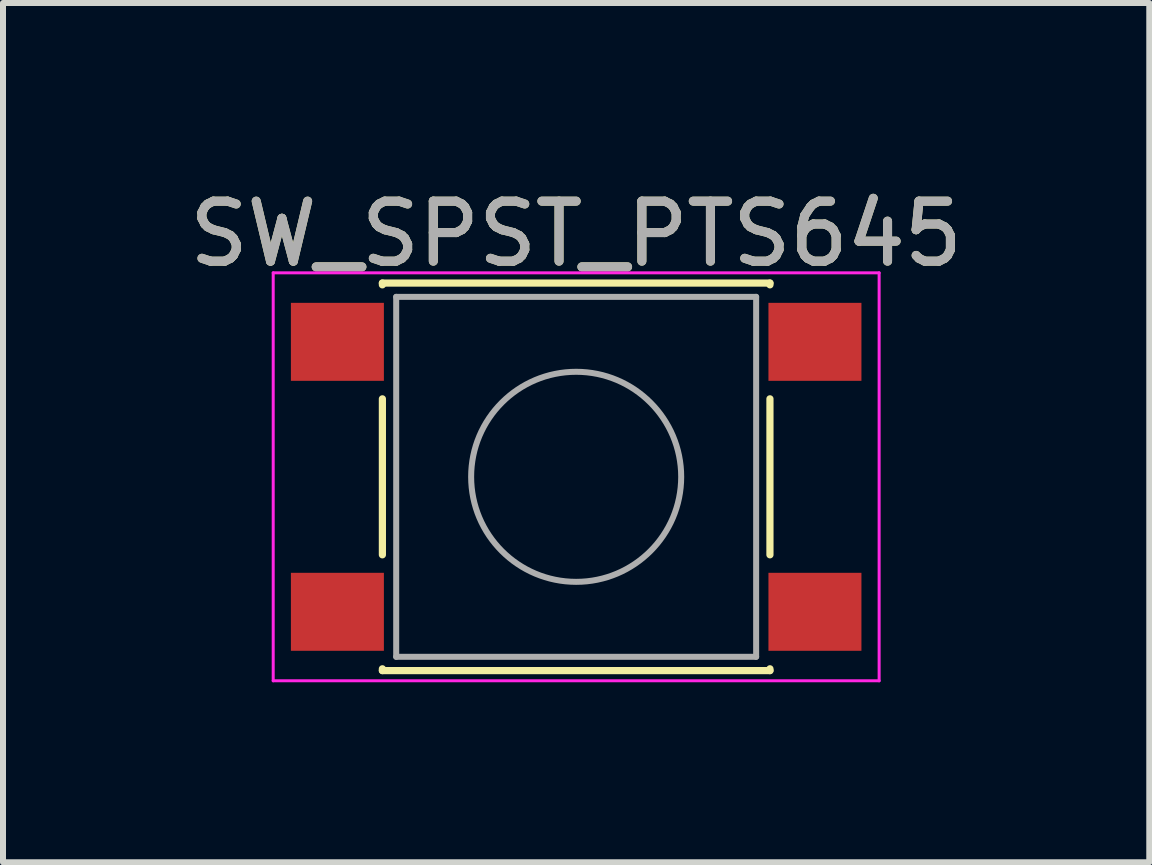
<source format=kicad_pcb>
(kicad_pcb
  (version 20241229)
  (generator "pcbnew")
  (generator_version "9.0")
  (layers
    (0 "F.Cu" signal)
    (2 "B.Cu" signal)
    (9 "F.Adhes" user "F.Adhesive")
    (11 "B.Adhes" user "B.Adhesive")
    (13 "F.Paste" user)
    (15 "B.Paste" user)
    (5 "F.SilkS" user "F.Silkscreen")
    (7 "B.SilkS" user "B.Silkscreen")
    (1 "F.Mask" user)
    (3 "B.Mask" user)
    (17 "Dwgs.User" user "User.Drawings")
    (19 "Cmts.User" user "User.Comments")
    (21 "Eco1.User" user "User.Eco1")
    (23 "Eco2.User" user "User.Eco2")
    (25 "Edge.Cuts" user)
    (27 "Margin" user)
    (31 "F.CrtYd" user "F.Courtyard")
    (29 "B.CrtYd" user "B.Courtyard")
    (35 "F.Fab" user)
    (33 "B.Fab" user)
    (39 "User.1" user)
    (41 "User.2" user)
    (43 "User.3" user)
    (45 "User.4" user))
  (footprint "SW_SPST_PTS645"
    (layer "F.Cu")
    (at 6.554 4.898)
    (property "Reference" "SW_SPST_PTS645" (at 0 -4.05 0) (layer "F.SilkS") (effects (font (size 1 1) (thickness 0.15))))
    (attr smd)
    (fp_line (start -3.23 -3.23) (end 3.23 -3.23) (stroke (width 0.12) (type solid)) (layer "F.SilkS"))
    (fp_line (start -3.23 -3.2) (end -3.23 -3.23) (stroke (width 0.12) (type solid)) (layer "F.SilkS"))
    (fp_line (start -3.23 -1.3) (end -3.23 1.3) (stroke (width 0.12) (type solid)) (layer "F.SilkS"))
    (fp_line (start -3.23 3.23) (end -3.23 3.2) (stroke (width 0.12) (type solid)) (layer "F.SilkS"))
    (fp_line (start -3.23 3.23) (end 3.23 3.23) (stroke (width 0.12) (type solid)) (layer "F.SilkS"))
    (fp_line (start 3.23 -3.23) (end 3.23 -3.2) (stroke (width 0.12) (type solid)) (layer "F.SilkS"))
    (fp_line (start 3.23 -1.3) (end 3.23 1.3) (stroke (width 0.12) (type solid)) (layer "F.SilkS"))
    (fp_line (start 3.23 3.23) (end 3.23 3.2) (stroke (width 0.12) (type solid)) (layer "F.SilkS"))
    (fp_line (start -5.05 -3.4) (end -5.05 3.4) (stroke (width 0.05) (type solid)) (layer "F.CrtYd"))
    (fp_line (start -5.05 -3.4) (end 5.05 -3.4) (stroke (width 0.05) (type solid)) (layer "F.CrtYd"))
    (fp_line (start -5.05 3.4) (end 5.05 3.4) (stroke (width 0.05) (type solid)) (layer "F.CrtYd"))
    (fp_line (start 5.05 3.4) (end 5.05 -3.4) (stroke (width 0.05) (type solid)) (layer "F.CrtYd"))
    (fp_line (start -3 -3) (end -3 3) (stroke (width 0.1) (type solid)) (layer "F.Fab"))
    (fp_line (start -3 3) (end 3 3) (stroke (width 0.1) (type solid)) (layer "F.Fab"))
    (fp_line (start 3 -3) (end -3 -3) (stroke (width 0.1) (type solid)) (layer "F.Fab"))
    (fp_line (start 3 3) (end 3 -3) (stroke (width 0.1) (type solid)) (layer "F.Fab"))
    (fp_circle (center 0 0) (end 1.75 -0.05) (stroke (width 0.1) (type solid)) (fill no) (layer "F.Fab"))
    (fp_text user "${REFERENCE}" (at 0 -4.05 0) (layer "F.Fab") (effects (font (size 1 1) (thickness 0.15))))
    (pad "1" smd rect (at -3.98 -2.25) (size 1.55 1.3) (layers "F.Cu" "F.Mask" "F.Paste"))
    (pad "1" smd rect (at 3.98 -2.25) (size 1.55 1.3) (layers "F.Cu" "F.Mask" "F.Paste"))
    (pad "2" smd rect (at -3.98 2.25) (size 1.55 1.3) (layers "F.Cu" "F.Mask" "F.Paste"))
    (pad "2" smd rect (at 3.98 2.25) (size 1.55 1.3) (layers "F.Cu" "F.Mask" "F.Paste")))
  (gr_rect
    (start -3 -3)
    (end 16.107 11.323)
    (stroke (width 0.1) (type default))
    (fill no)
    (layer "Edge.Cuts")))
</source>
